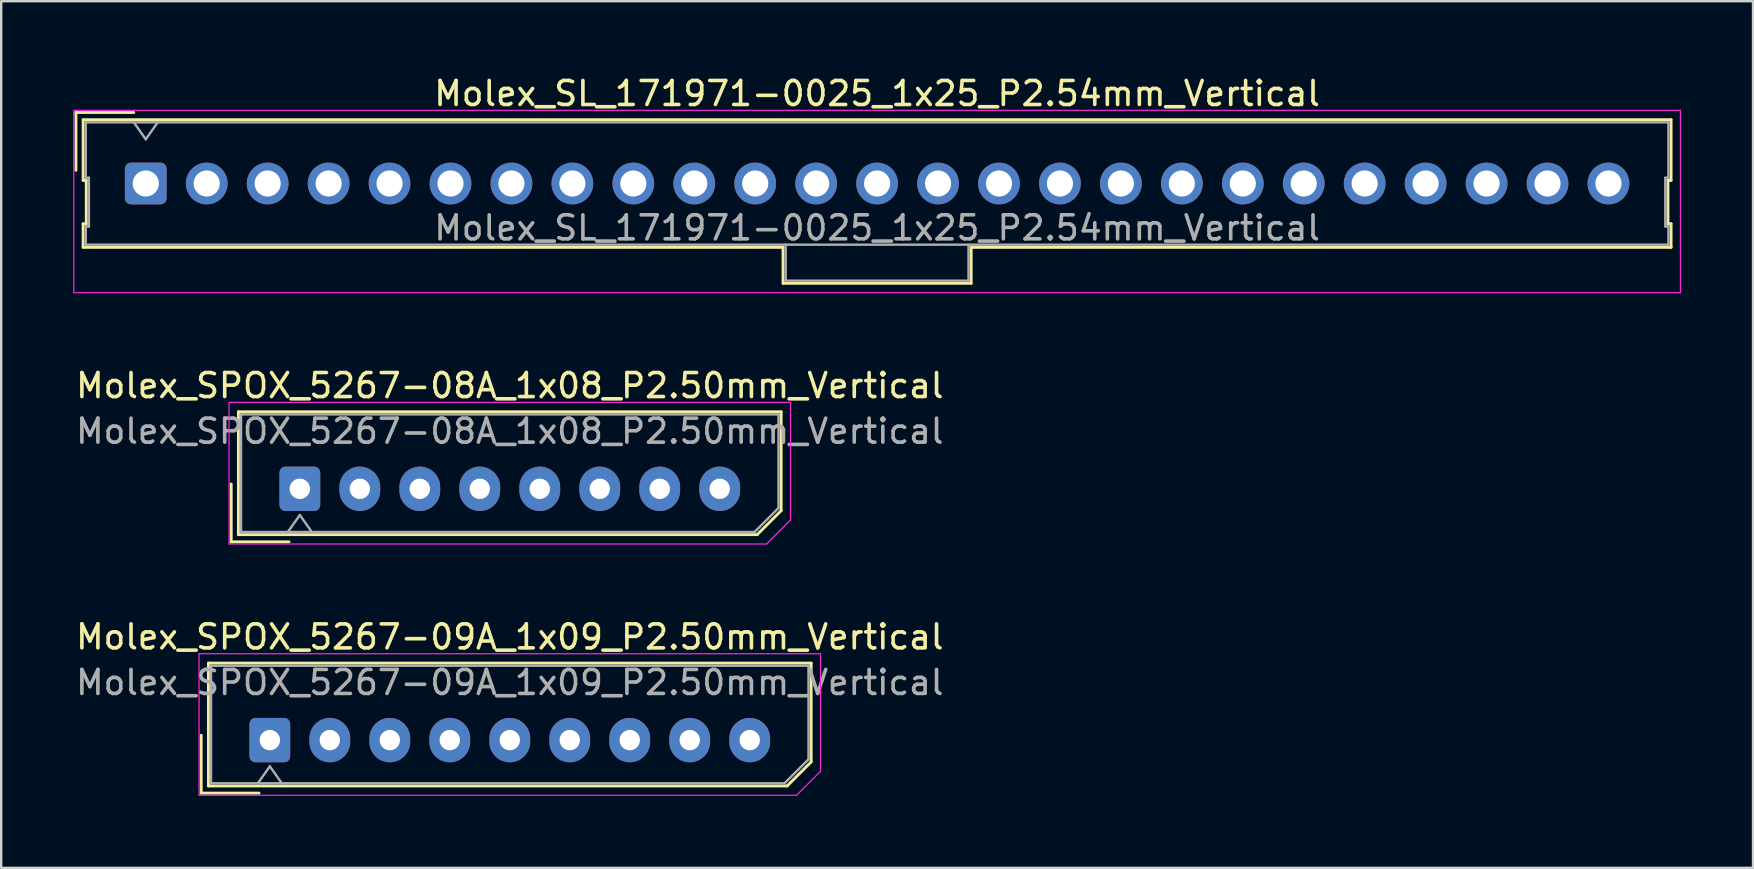
<source format=kicad_pcb>
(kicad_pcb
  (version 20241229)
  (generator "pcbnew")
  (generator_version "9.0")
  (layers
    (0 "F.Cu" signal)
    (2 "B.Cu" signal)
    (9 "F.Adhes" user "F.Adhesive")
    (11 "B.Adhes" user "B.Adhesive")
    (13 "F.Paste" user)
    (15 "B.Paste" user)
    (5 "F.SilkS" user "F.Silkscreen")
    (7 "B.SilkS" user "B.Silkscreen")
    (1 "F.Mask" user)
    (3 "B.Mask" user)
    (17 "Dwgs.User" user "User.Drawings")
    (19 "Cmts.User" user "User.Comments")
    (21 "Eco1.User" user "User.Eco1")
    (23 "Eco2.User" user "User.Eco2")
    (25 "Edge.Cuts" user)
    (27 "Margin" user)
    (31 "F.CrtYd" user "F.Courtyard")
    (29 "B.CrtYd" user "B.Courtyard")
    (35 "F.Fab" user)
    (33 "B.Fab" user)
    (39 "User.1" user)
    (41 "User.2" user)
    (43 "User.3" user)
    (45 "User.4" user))
  (footprint "Molex_SPOX_5267-09A_1x09_P2.50mm_Vertical"
    (layer "F.Cu")
    (at 8.196 27.795)
    (property "Reference" "Molex_SPOX_5267-09A_1x09_P2.50mm_Vertical" (at 10 -4.3 0) (layer "F.SilkS") (effects (font (size 1 1) (thickness 0.15))))
    (attr through_hole)
    (fp_line (start -2.86 -0.2) (end -2.86 2.21) (stroke (width 0.12) (type solid)) (layer "F.SilkS"))
    (fp_line (start -2.86 2.21) (end -0.45 2.21) (stroke (width 0.12) (type solid)) (layer "F.SilkS"))
    (fp_line (start -2.56 -3.21) (end -2.56 1.91) (stroke (width 0.12) (type solid)) (layer "F.SilkS"))
    (fp_line (start -2.56 1.91) (end 21.56 1.91) (stroke (width 0.12) (type solid)) (layer "F.SilkS"))
    (fp_line (start 21.56 1.91) (end 22.56 0.91) (stroke (width 0.12) (type solid)) (layer "F.SilkS"))
    (fp_line (start 22.56 -3.21) (end -2.56 -3.21) (stroke (width 0.12) (type solid)) (layer "F.SilkS"))
    (fp_line (start 22.56 0.91) (end 22.56 -3.21) (stroke (width 0.12) (type solid)) (layer "F.SilkS"))
    (fp_line (start -2.95 -3.6) (end -2.95 2.3) (stroke (width 0.05) (type solid)) (layer "F.CrtYd"))
    (fp_line (start -2.95 2.3) (end 21.95 2.3) (stroke (width 0.05) (type solid)) (layer "F.CrtYd"))
    (fp_line (start 21.95 2.3) (end 22.95 1.3) (stroke (width 0.05) (type solid)) (layer "F.CrtYd"))
    (fp_line (start 22.95 -3.6) (end -2.95 -3.6) (stroke (width 0.05) (type solid)) (layer "F.CrtYd"))
    (fp_line (start 22.95 1.3) (end 22.95 -3.6) (stroke (width 0.05) (type solid)) (layer "F.CrtYd"))
    (fp_line (start -2.45 -3.1) (end -2.45 1.8) (stroke (width 0.1) (type solid)) (layer "F.Fab"))
    (fp_line (start -2.45 1.8) (end 21.45 1.8) (stroke (width 0.1) (type solid)) (layer "F.Fab"))
    (fp_line (start -0.5 1.8) (end 0 1.093) (stroke (width 0.1) (type solid)) (layer "F.Fab"))
    (fp_line (start 0 1.093) (end 0.5 1.8) (stroke (width 0.1) (type solid)) (layer "F.Fab"))
    (fp_line (start 21.45 1.8) (end 22.45 0.8) (stroke (width 0.1) (type solid)) (layer "F.Fab"))
    (fp_line (start 22.45 -3.1) (end -2.45 -3.1) (stroke (width 0.1) (type solid)) (layer "F.Fab"))
    (fp_line (start 22.45 0.8) (end 22.45 -3.1) (stroke (width 0.1) (type solid)) (layer "F.Fab"))
    (fp_text user "${REFERENCE}" (at 10 -2.4 0) (layer "F.Fab") (effects (font (size 1 1) (thickness 0.15))))
    (pad "1" thru_hole roundrect (at 0 0) (size 1.7 1.85) (drill 0.85) (layers "*.Cu" "*.Mask") (roundrect_rratio 0.147))
    (pad "2" thru_hole oval (at 2.5 0) (size 1.7 1.85) (drill 0.85) (layers "*.Cu" "*.Mask"))
    (pad "3" thru_hole oval (at 5 0) (size 1.7 1.85) (drill 0.85) (layers "*.Cu" "*.Mask"))
    (pad "4" thru_hole oval (at 7.5 0) (size 1.7 1.85) (drill 0.85) (layers "*.Cu" "*.Mask"))
    (pad "5" thru_hole oval (at 10 0) (size 1.7 1.85) (drill 0.85) (layers "*.Cu" "*.Mask"))
    (pad "6" thru_hole oval (at 12.5 0) (size 1.7 1.85) (drill 0.85) (layers "*.Cu" "*.Mask"))
    (pad "7" thru_hole oval (at 15 0) (size 1.7 1.85) (drill 0.85) (layers "*.Cu" "*.Mask"))
    (pad "8" thru_hole oval (at 17.5 0) (size 1.7 1.85) (drill 0.85) (layers "*.Cu" "*.Mask"))
    (pad "9" thru_hole oval (at 20 0) (size 1.7 1.85) (drill 0.85) (layers "*.Cu" "*.Mask")))
  (footprint "Molex_SL_171971-0025_1x25_P2.54mm_Vertical"
    (layer "F.Cu")
    (at 3.025 4.598)
    (property "Reference" "Molex_SL_171971-0025_1x25_P2.54mm_Vertical" (at 30.48 -3.75 0) (layer "F.SilkS") (effects (font (size 1 1) (thickness 0.15))))
    (attr through_hole)
    (fp_line (start -2.91 -2.96) (end -0.5 -2.96) (stroke (width 0.12) (type solid)) (layer "F.SilkS"))
    (fp_line (start -2.91 -0.55) (end -2.91 -2.96) (stroke (width 0.12) (type solid)) (layer "F.SilkS"))
    (fp_line (start -2.61 -2.66) (end -2.61 -0.13) (stroke (width 0.12) (type solid)) (layer "F.SilkS"))
    (fp_line (start -2.61 -0.13) (end -2.48 -0.13) (stroke (width 0.12) (type solid)) (layer "F.SilkS"))
    (fp_line (start -2.61 1.68) (end -2.61 2.66) (stroke (width 0.12) (type solid)) (layer "F.SilkS"))
    (fp_line (start -2.61 2.66) (end 26.56 2.66) (stroke (width 0.12) (type solid)) (layer "F.SilkS"))
    (fp_line (start -2.48 -0.13) (end -2.48 1.68) (stroke (width 0.12) (type solid)) (layer "F.SilkS"))
    (fp_line (start -2.48 1.68) (end -2.61 1.68) (stroke (width 0.12) (type solid)) (layer "F.SilkS"))
    (fp_line (start 26.56 2.66) (end 26.56 4.16) (stroke (width 0.12) (type solid)) (layer "F.SilkS"))
    (fp_line (start 26.56 4.16) (end 34.4 4.16) (stroke (width 0.12) (type solid)) (layer "F.SilkS"))
    (fp_line (start 34.4 2.66) (end 63.57 2.66) (stroke (width 0.12) (type solid)) (layer "F.SilkS"))
    (fp_line (start 34.4 4.16) (end 34.4 2.66) (stroke (width 0.12) (type solid)) (layer "F.SilkS"))
    (fp_line (start 63.44 -0.13) (end 63.57 -0.13) (stroke (width 0.12) (type solid)) (layer "F.SilkS"))
    (fp_line (start 63.44 1.68) (end 63.44 -0.13) (stroke (width 0.12) (type solid)) (layer "F.SilkS"))
    (fp_line (start 63.57 -2.66) (end -2.61 -2.66) (stroke (width 0.12) (type solid)) (layer "F.SilkS"))
    (fp_line (start 63.57 -0.13) (end 63.57 -2.66) (stroke (width 0.12) (type solid)) (layer "F.SilkS"))
    (fp_line (start 63.57 1.68) (end 63.44 1.68) (stroke (width 0.12) (type solid)) (layer "F.SilkS"))
    (fp_line (start 63.57 2.66) (end 63.57 1.68) (stroke (width 0.12) (type solid)) (layer "F.SilkS"))
    (fp_line (start -3 -3.05) (end -3 4.55) (stroke (width 0.05) (type solid)) (layer "F.CrtYd"))
    (fp_line (start -3 4.55) (end 63.96 4.55) (stroke (width 0.05) (type solid)) (layer "F.CrtYd"))
    (fp_line (start 63.96 -3.05) (end -3 -3.05) (stroke (width 0.05) (type solid)) (layer "F.CrtYd"))
    (fp_line (start 63.96 4.55) (end 63.96 -3.05) (stroke (width 0.05) (type solid)) (layer "F.CrtYd"))
    (fp_line (start -2.5 -2.55) (end -2.5 -0.24) (stroke (width 0.1) (type solid)) (layer "F.Fab"))
    (fp_line (start -2.5 -0.24) (end -2.37 -0.24) (stroke (width 0.1) (type solid)) (layer "F.Fab"))
    (fp_line (start -2.5 1.79) (end -2.5 2.55) (stroke (width 0.1) (type solid)) (layer "F.Fab"))
    (fp_line (start -2.5 2.55) (end 63.46 2.55) (stroke (width 0.1) (type solid)) (layer "F.Fab"))
    (fp_line (start -2.37 -0.24) (end -2.37 1.79) (stroke (width 0.1) (type solid)) (layer "F.Fab"))
    (fp_line (start -2.37 1.79) (end -2.5 1.79) (stroke (width 0.1) (type solid)) (layer "F.Fab"))
    (fp_line (start 0 -1.843) (end -0.5 -2.55) (stroke (width 0.1) (type solid)) (layer "F.Fab"))
    (fp_line (start 0.5 -2.55) (end 0 -1.843) (stroke (width 0.1) (type solid)) (layer "F.Fab"))
    (fp_line (start 26.67 2.55) (end 26.67 4.05) (stroke (width 0.1) (type solid)) (layer "F.Fab"))
    (fp_line (start 26.67 4.05) (end 34.29 4.05) (stroke (width 0.1) (type solid)) (layer "F.Fab"))
    (fp_line (start 34.29 4.05) (end 34.29 2.55) (stroke (width 0.1) (type solid)) (layer "F.Fab"))
    (fp_line (start 63.33 -0.24) (end 63.46 -0.24) (stroke (width 0.1) (type solid)) (layer "F.Fab"))
    (fp_line (start 63.33 1.79) (end 63.33 -0.24) (stroke (width 0.1) (type solid)) (layer "F.Fab"))
    (fp_line (start 63.46 -2.55) (end -2.5 -2.55) (stroke (width 0.1) (type solid)) (layer "F.Fab"))
    (fp_line (start 63.46 -0.24) (end 63.46 -2.55) (stroke (width 0.1) (type solid)) (layer "F.Fab"))
    (fp_line (start 63.46 1.79) (end 63.33 1.79) (stroke (width 0.1) (type solid)) (layer "F.Fab"))
    (fp_line (start 63.46 2.55) (end 63.46 1.79) (stroke (width 0.1) (type solid)) (layer "F.Fab"))
    (fp_text user "${REFERENCE}" (at 30.48 1.85 0) (layer "F.Fab") (effects (font (size 1 1) (thickness 0.15))))
    (pad "1" thru_hole roundrect (at 0 0) (size 1.74 1.74) (drill 1.09) (layers "*.Cu" "*.Mask") (roundrect_rratio 0.144))
    (pad "2" thru_hole circle (at 2.54 0) (size 1.74 1.74) (drill 1.09) (layers "*.Cu" "*.Mask"))
    (pad "3" thru_hole circle (at 5.08 0) (size 1.74 1.74) (drill 1.09) (layers "*.Cu" "*.Mask"))
    (pad "4" thru_hole circle (at 7.62 0) (size 1.74 1.74) (drill 1.09) (layers "*.Cu" "*.Mask"))
    (pad "5" thru_hole circle (at 10.16 0) (size 1.74 1.74) (drill 1.09) (layers "*.Cu" "*.Mask"))
    (pad "6" thru_hole circle (at 12.7 0) (size 1.74 1.74) (drill 1.09) (layers "*.Cu" "*.Mask"))
    (pad "7" thru_hole circle (at 15.24 0) (size 1.74 1.74) (drill 1.09) (layers "*.Cu" "*.Mask"))
    (pad "8" thru_hole circle (at 17.78 0) (size 1.74 1.74) (drill 1.09) (layers "*.Cu" "*.Mask"))
    (pad "9" thru_hole circle (at 20.32 0) (size 1.74 1.74) (drill 1.09) (layers "*.Cu" "*.Mask"))
    (pad "10" thru_hole circle (at 22.86 0) (size 1.74 1.74) (drill 1.09) (layers "*.Cu" "*.Mask"))
    (pad "11" thru_hole circle (at 25.4 0) (size 1.74 1.74) (drill 1.09) (layers "*.Cu" "*.Mask"))
    (pad "12" thru_hole circle (at 27.94 0) (size 1.74 1.74) (drill 1.09) (layers "*.Cu" "*.Mask"))
    (pad "13" thru_hole circle (at 30.48 0) (size 1.74 1.74) (drill 1.09) (layers "*.Cu" "*.Mask"))
    (pad "14" thru_hole circle (at 33.02 0) (size 1.74 1.74) (drill 1.09) (layers "*.Cu" "*.Mask"))
    (pad "15" thru_hole circle (at 35.56 0) (size 1.74 1.74) (drill 1.09) (layers "*.Cu" "*.Mask"))
    (pad "16" thru_hole circle (at 38.1 0) (size 1.74 1.74) (drill 1.09) (layers "*.Cu" "*.Mask"))
    (pad "17" thru_hole circle (at 40.64 0) (size 1.74 1.74) (drill 1.09) (layers "*.Cu" "*.Mask"))
    (pad "18" thru_hole circle (at 43.18 0) (size 1.74 1.74) (drill 1.09) (layers "*.Cu" "*.Mask"))
    (pad "19" thru_hole circle (at 45.72 0) (size 1.74 1.74) (drill 1.09) (layers "*.Cu" "*.Mask"))
    (pad "20" thru_hole circle (at 48.26 0) (size 1.74 1.74) (drill 1.09) (layers "*.Cu" "*.Mask"))
    (pad "21" thru_hole circle (at 50.8 0) (size 1.74 1.74) (drill 1.09) (layers "*.Cu" "*.Mask"))
    (pad "22" thru_hole circle (at 53.34 0) (size 1.74 1.74) (drill 1.09) (layers "*.Cu" "*.Mask"))
    (pad "23" thru_hole circle (at 55.88 0) (size 1.74 1.74) (drill 1.09) (layers "*.Cu" "*.Mask"))
    (pad "24" thru_hole circle (at 58.42 0) (size 1.74 1.74) (drill 1.09) (layers "*.Cu" "*.Mask"))
    (pad "25" thru_hole circle (at 60.96 0) (size 1.74 1.74) (drill 1.09) (layers "*.Cu" "*.Mask")))
  (footprint "Molex_SPOX_5267-08A_1x08_P2.50mm_Vertical"
    (layer "F.Cu")
    (at 9.446 17.322)
    (property "Reference" "Molex_SPOX_5267-08A_1x08_P2.50mm_Vertical" (at 8.75 -4.3 0) (layer "F.SilkS") (effects (font (size 1 1) (thickness 0.15))))
    (attr through_hole)
    (fp_line (start -2.86 -0.2) (end -2.86 2.21) (stroke (width 0.12) (type solid)) (layer "F.SilkS"))
    (fp_line (start -2.86 2.21) (end -0.45 2.21) (stroke (width 0.12) (type solid)) (layer "F.SilkS"))
    (fp_line (start -2.56 -3.21) (end -2.56 1.91) (stroke (width 0.12) (type solid)) (layer "F.SilkS"))
    (fp_line (start -2.56 1.91) (end 19.06 1.91) (stroke (width 0.12) (type solid)) (layer "F.SilkS"))
    (fp_line (start 19.06 1.91) (end 20.06 0.91) (stroke (width 0.12) (type solid)) (layer "F.SilkS"))
    (fp_line (start 20.06 -3.21) (end -2.56 -3.21) (stroke (width 0.12) (type solid)) (layer "F.SilkS"))
    (fp_line (start 20.06 0.91) (end 20.06 -3.21) (stroke (width 0.12) (type solid)) (layer "F.SilkS"))
    (fp_line (start -2.95 -3.6) (end -2.95 2.3) (stroke (width 0.05) (type solid)) (layer "F.CrtYd"))
    (fp_line (start -2.95 2.3) (end 19.45 2.3) (stroke (width 0.05) (type solid)) (layer "F.CrtYd"))
    (fp_line (start 19.45 2.3) (end 20.45 1.3) (stroke (width 0.05) (type solid)) (layer "F.CrtYd"))
    (fp_line (start 20.45 -3.6) (end -2.95 -3.6) (stroke (width 0.05) (type solid)) (layer "F.CrtYd"))
    (fp_line (start 20.45 1.3) (end 20.45 -3.6) (stroke (width 0.05) (type solid)) (layer "F.CrtYd"))
    (fp_line (start -2.45 -3.1) (end -2.45 1.8) (stroke (width 0.1) (type solid)) (layer "F.Fab"))
    (fp_line (start -2.45 1.8) (end 18.95 1.8) (stroke (width 0.1) (type solid)) (layer "F.Fab"))
    (fp_line (start -0.5 1.8) (end 0 1.093) (stroke (width 0.1) (type solid)) (layer "F.Fab"))
    (fp_line (start 0 1.093) (end 0.5 1.8) (stroke (width 0.1) (type solid)) (layer "F.Fab"))
    (fp_line (start 18.95 1.8) (end 19.95 0.8) (stroke (width 0.1) (type solid)) (layer "F.Fab"))
    (fp_line (start 19.95 -3.1) (end -2.45 -3.1) (stroke (width 0.1) (type solid)) (layer "F.Fab"))
    (fp_line (start 19.95 0.8) (end 19.95 -3.1) (stroke (width 0.1) (type solid)) (layer "F.Fab"))
    (fp_text user "${REFERENCE}" (at 8.75 -2.4 0) (layer "F.Fab") (effects (font (size 1 1) (thickness 0.15))))
    (pad "1" thru_hole roundrect (at 0 0) (size 1.7 1.85) (drill 0.85) (layers "*.Cu" "*.Mask") (roundrect_rratio 0.147))
    (pad "2" thru_hole oval (at 2.5 0) (size 1.7 1.85) (drill 0.85) (layers "*.Cu" "*.Mask"))
    (pad "3" thru_hole oval (at 5 0) (size 1.7 1.85) (drill 0.85) (layers "*.Cu" "*.Mask"))
    (pad "4" thru_hole oval (at 7.5 0) (size 1.7 1.85) (drill 0.85) (layers "*.Cu" "*.Mask"))
    (pad "5" thru_hole oval (at 10 0) (size 1.7 1.85) (drill 0.85) (layers "*.Cu" "*.Mask"))
    (pad "6" thru_hole oval (at 12.5 0) (size 1.7 1.85) (drill 0.85) (layers "*.Cu" "*.Mask"))
    (pad "7" thru_hole oval (at 15 0) (size 1.7 1.85) (drill 0.85) (layers "*.Cu" "*.Mask"))
    (pad "8" thru_hole oval (at 17.5 0) (size 1.7 1.85) (drill 0.85) (layers "*.Cu" "*.Mask")))
  (gr_rect
    (start -3 -3)
    (end 70.01 33.12)
    (stroke (width 0.1) (type default))
    (fill no)
    (layer "Edge.Cuts")))
</source>
